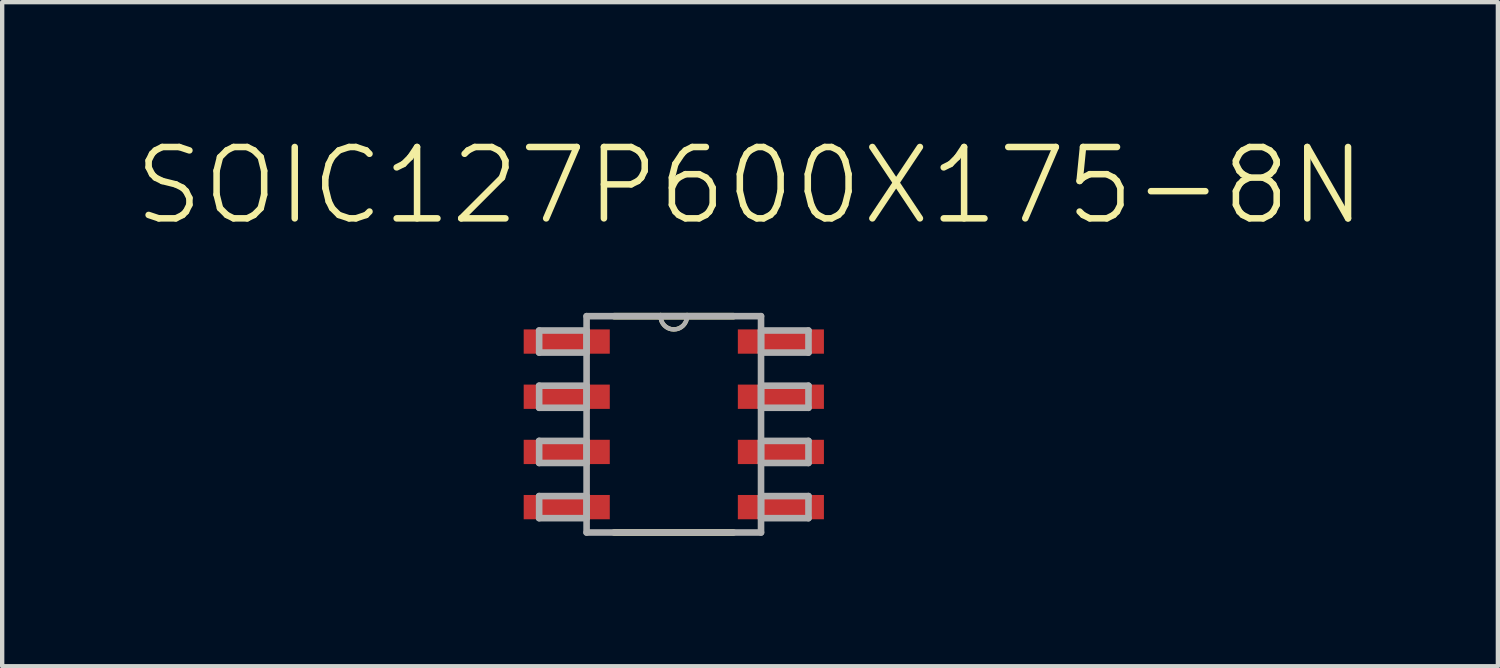
<source format=kicad_pcb>
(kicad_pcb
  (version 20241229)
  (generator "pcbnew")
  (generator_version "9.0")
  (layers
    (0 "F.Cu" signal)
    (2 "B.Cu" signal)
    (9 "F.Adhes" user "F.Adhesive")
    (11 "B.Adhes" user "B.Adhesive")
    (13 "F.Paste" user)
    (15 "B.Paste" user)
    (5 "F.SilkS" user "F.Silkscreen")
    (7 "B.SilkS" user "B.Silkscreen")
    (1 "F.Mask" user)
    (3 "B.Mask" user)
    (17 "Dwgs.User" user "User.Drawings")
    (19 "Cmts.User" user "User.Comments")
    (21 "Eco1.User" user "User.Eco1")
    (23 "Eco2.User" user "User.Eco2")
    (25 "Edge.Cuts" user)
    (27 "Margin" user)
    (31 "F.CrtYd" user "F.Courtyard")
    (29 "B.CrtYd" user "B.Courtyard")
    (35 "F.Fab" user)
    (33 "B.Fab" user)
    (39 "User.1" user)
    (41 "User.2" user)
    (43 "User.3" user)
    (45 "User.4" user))
  (footprint "SOIC127P600X175-8N"
    (layer "F.Cu")
    (at 12.456 6.715)
    (property "Reference" "SOIC127P600X175-8N" (at 1.754 -5.492 0) (layer "F.SilkS") (effects (font (size 1.642 1.642) (thickness 0.15))))
    (attr smd)
    (fp_line (start -1.372 2.489) (end 1.372 2.489) (stroke (width 0.152) (type solid)) (layer "F.SilkS"))
    (fp_line (start -0.305 -2.489) (end -1.372 -2.489) (stroke (width 0.152) (type solid)) (layer "F.SilkS"))
    (fp_line (start 0.305 -2.489) (end -0.305 -2.489) (stroke (width 0.152) (type solid)) (layer "F.SilkS"))
    (fp_line (start 1.372 -2.489) (end 0.305 -2.489) (stroke (width 0.152) (type solid)) (layer "F.SilkS"))
    (fp_arc (start 0.3048 -2.4892) (mid 0 -2.1844) (end -0.3048 -2.4892) (stroke (width 0.1) (type solid)) (layer "F.SilkS"))
    (fp_line (start -3.099 -2.159) (end -3.099 -1.651) (stroke (width 0.152) (type solid)) (layer "F.Fab"))
    (fp_line (start -3.099 -1.651) (end -2.007 -1.651) (stroke (width 0.152) (type solid)) (layer "F.Fab"))
    (fp_line (start -3.099 -0.889) (end -3.099 -0.381) (stroke (width 0.152) (type solid)) (layer "F.Fab"))
    (fp_line (start -3.099 -0.381) (end -2.007 -0.381) (stroke (width 0.152) (type solid)) (layer "F.Fab"))
    (fp_line (start -3.099 0.381) (end -3.099 0.889) (stroke (width 0.152) (type solid)) (layer "F.Fab"))
    (fp_line (start -3.099 0.889) (end -2.007 0.889) (stroke (width 0.152) (type solid)) (layer "F.Fab"))
    (fp_line (start -3.099 1.651) (end -3.099 2.159) (stroke (width 0.152) (type solid)) (layer "F.Fab"))
    (fp_line (start -3.099 2.159) (end -2.007 2.159) (stroke (width 0.152) (type solid)) (layer "F.Fab"))
    (fp_line (start -2.007 -2.489) (end -2.007 2.489) (stroke (width 0.152) (type solid)) (layer "F.Fab"))
    (fp_line (start -2.007 -2.159) (end -3.099 -2.159) (stroke (width 0.152) (type solid)) (layer "F.Fab"))
    (fp_line (start -2.007 -1.651) (end -2.007 -2.159) (stroke (width 0.152) (type solid)) (layer "F.Fab"))
    (fp_line (start -2.007 -0.889) (end -3.099 -0.889) (stroke (width 0.152) (type solid)) (layer "F.Fab"))
    (fp_line (start -2.007 -0.381) (end -2.007 -0.889) (stroke (width 0.152) (type solid)) (layer "F.Fab"))
    (fp_line (start -2.007 0.381) (end -3.099 0.381) (stroke (width 0.152) (type solid)) (layer "F.Fab"))
    (fp_line (start -2.007 0.889) (end -2.007 0.381) (stroke (width 0.152) (type solid)) (layer "F.Fab"))
    (fp_line (start -2.007 1.651) (end -3.099 1.651) (stroke (width 0.152) (type solid)) (layer "F.Fab"))
    (fp_line (start -2.007 2.159) (end -2.007 1.651) (stroke (width 0.152) (type solid)) (layer "F.Fab"))
    (fp_line (start -2.007 2.489) (end 2.007 2.489) (stroke (width 0.152) (type solid)) (layer "F.Fab"))
    (fp_line (start -0.305 -2.489) (end -2.007 -2.489) (stroke (width 0.152) (type solid)) (layer "F.Fab"))
    (fp_line (start 0.305 -2.489) (end -0.305 -2.489) (stroke (width 0.152) (type solid)) (layer "F.Fab"))
    (fp_line (start 2.007 -2.489) (end 0.305 -2.489) (stroke (width 0.152) (type solid)) (layer "F.Fab"))
    (fp_line (start 2.007 -2.159) (end 2.007 -1.651) (stroke (width 0.152) (type solid)) (layer "F.Fab"))
    (fp_line (start 2.007 -1.651) (end 3.099 -1.651) (stroke (width 0.152) (type solid)) (layer "F.Fab"))
    (fp_line (start 2.007 -0.889) (end 2.007 -0.381) (stroke (width 0.152) (type solid)) (layer "F.Fab"))
    (fp_line (start 2.007 -0.381) (end 3.099 -0.381) (stroke (width 0.152) (type solid)) (layer "F.Fab"))
    (fp_line (start 2.007 0.381) (end 2.007 0.889) (stroke (width 0.152) (type solid)) (layer "F.Fab"))
    (fp_line (start 2.007 0.889) (end 3.099 0.889) (stroke (width 0.152) (type solid)) (layer "F.Fab"))
    (fp_line (start 2.007 1.651) (end 2.007 2.159) (stroke (width 0.152) (type solid)) (layer "F.Fab"))
    (fp_line (start 2.007 2.159) (end 3.099 2.159) (stroke (width 0.152) (type solid)) (layer "F.Fab"))
    (fp_line (start 2.007 2.489) (end 2.007 -2.489) (stroke (width 0.152) (type solid)) (layer "F.Fab"))
    (fp_line (start 3.099 -2.159) (end 2.007 -2.159) (stroke (width 0.152) (type solid)) (layer "F.Fab"))
    (fp_line (start 3.099 -1.651) (end 3.099 -2.159) (stroke (width 0.152) (type solid)) (layer "F.Fab"))
    (fp_line (start 3.099 -0.889) (end 2.007 -0.889) (stroke (width 0.152) (type solid)) (layer "F.Fab"))
    (fp_line (start 3.099 -0.381) (end 3.099 -0.889) (stroke (width 0.152) (type solid)) (layer "F.Fab"))
    (fp_line (start 3.099 0.381) (end 2.007 0.381) (stroke (width 0.152) (type solid)) (layer "F.Fab"))
    (fp_line (start 3.099 0.889) (end 3.099 0.381) (stroke (width 0.152) (type solid)) (layer "F.Fab"))
    (fp_line (start 3.099 1.651) (end 2.007 1.651) (stroke (width 0.152) (type solid)) (layer "F.Fab"))
    (fp_line (start 3.099 2.159) (end 3.099 1.651) (stroke (width 0.152) (type solid)) (layer "F.Fab"))
    (fp_arc (start 0.3048 -2.4892) (mid 0 -2.1844) (end -0.3048 -2.4892) (stroke (width 0.1) (type solid)) (layer "F.Fab"))
    (pad "1" smd rect (at -2.464 -1.905) (size 1.981 0.559) (layers "F.Cu" "F.Mask" "F.Paste"))
    (pad "2" smd rect (at -2.464 -0.635) (size 1.981 0.559) (layers "F.Cu" "F.Mask" "F.Paste"))
    (pad "3" smd rect (at -2.464 0.635) (size 1.981 0.559) (layers "F.Cu" "F.Mask" "F.Paste"))
    (pad "4" smd rect (at -2.464 1.905) (size 1.981 0.559) (layers "F.Cu" "F.Mask" "F.Paste"))
    (pad "5" smd rect (at 2.464 1.905) (size 1.981 0.559) (layers "F.Cu" "F.Mask" "F.Paste"))
    (pad "6" smd rect (at 2.464 0.635) (size 1.981 0.559) (layers "F.Cu" "F.Mask" "F.Paste"))
    (pad "7" smd rect (at 2.464 -0.635) (size 1.981 0.559) (layers "F.Cu" "F.Mask" "F.Paste"))
    (pad "8" smd rect (at 2.464 -1.905) (size 1.981 0.559) (layers "F.Cu" "F.Mask" "F.Paste")))
  (gr_rect
    (start -3 -3)
    (end 31.42 12.281)
    (stroke (width 0.1) (type default))
    (fill no)
    (layer "Edge.Cuts")))
</source>
